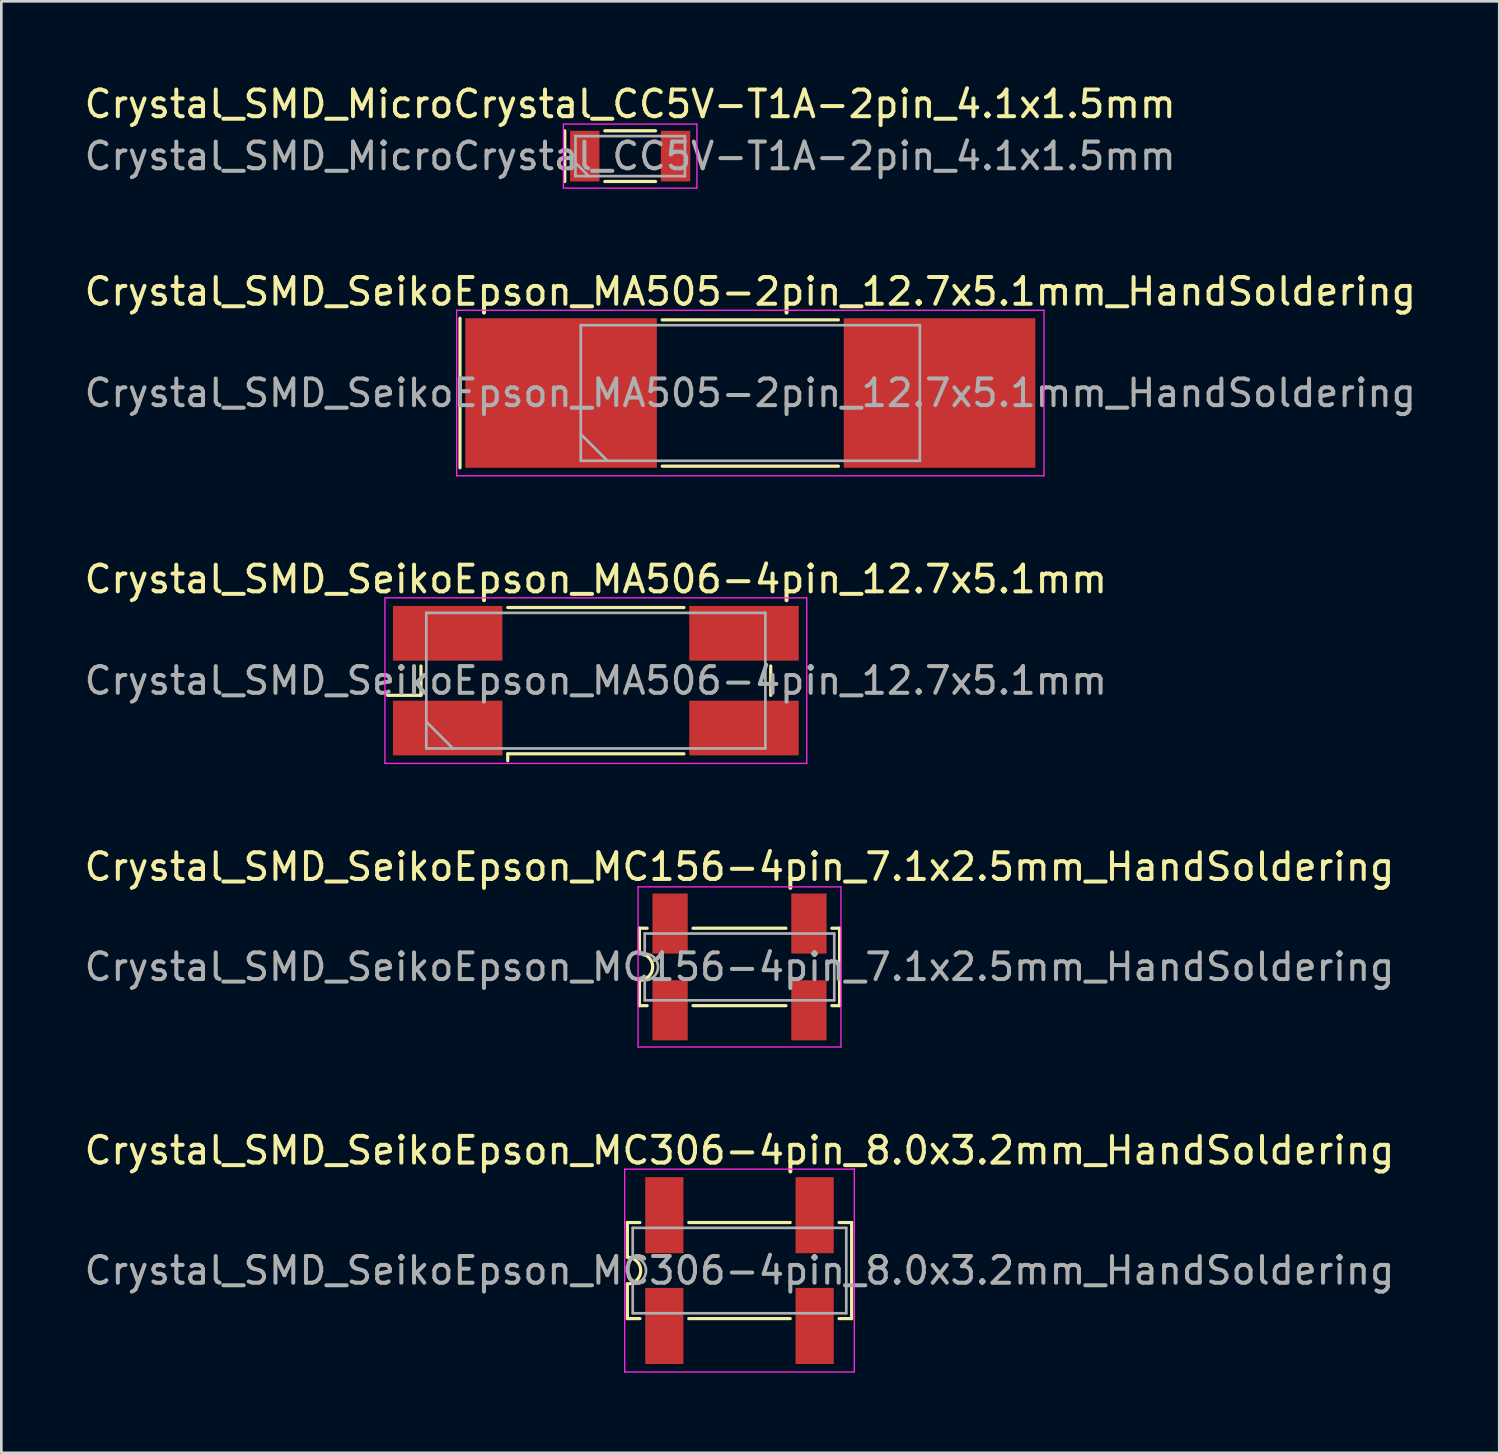
<source format=kicad_pcb>
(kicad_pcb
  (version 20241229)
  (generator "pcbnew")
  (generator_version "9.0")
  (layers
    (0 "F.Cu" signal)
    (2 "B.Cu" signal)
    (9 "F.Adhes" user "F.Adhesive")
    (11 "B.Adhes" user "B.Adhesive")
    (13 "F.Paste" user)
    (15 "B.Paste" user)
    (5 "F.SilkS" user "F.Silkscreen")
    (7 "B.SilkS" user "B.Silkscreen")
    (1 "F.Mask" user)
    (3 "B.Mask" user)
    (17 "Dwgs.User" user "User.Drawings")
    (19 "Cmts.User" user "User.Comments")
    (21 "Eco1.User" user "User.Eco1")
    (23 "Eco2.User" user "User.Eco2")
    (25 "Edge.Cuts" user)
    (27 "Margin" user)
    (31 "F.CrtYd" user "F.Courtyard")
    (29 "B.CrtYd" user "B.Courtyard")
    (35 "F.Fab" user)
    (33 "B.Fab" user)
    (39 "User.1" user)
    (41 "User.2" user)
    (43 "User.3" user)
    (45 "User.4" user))
  (footprint "Crystal_SMD_SeikoEpson_MC306-4pin_8.0x3.2mm_HandSoldering"
    (layer "F.Cu")
    (at 24.649 44.541)
    (property "Reference" "Crystal_SMD_SeikoEpson_MC306-4pin_8.0x3.2mm_HandSoldering" (at 0 -4.5 0) (layer "F.SilkS") (effects (font (size 1 1) (thickness 0.15))))
    (attr smd)
    (fp_line (start -4.2 -1.8) (end -3.73 -1.8) (stroke (width 0.12) (type solid)) (layer "F.SilkS"))
    (fp_line (start -4.2 -0.5) (end -4.2 -1.8) (stroke (width 0.12) (type solid)) (layer "F.SilkS"))
    (fp_line (start -4.2 1.8) (end -4.2 0.5) (stroke (width 0.12) (type solid)) (layer "F.SilkS"))
    (fp_line (start -4.2 1.8) (end -3.73 1.8) (stroke (width 0.12) (type solid)) (layer "F.SilkS"))
    (fp_line (start -1.9 -1.8) (end 1.9 -1.8) (stroke (width 0.12) (type solid)) (layer "F.SilkS"))
    (fp_line (start 1.9 1.8) (end -1.9 1.8) (stroke (width 0.12) (type solid)) (layer "F.SilkS"))
    (fp_line (start 3.73 -1.8) (end 4.2 -1.8) (stroke (width 0.12) (type solid)) (layer "F.SilkS"))
    (fp_line (start 4.2 -1.8) (end 4.2 1.8) (stroke (width 0.12) (type solid)) (layer "F.SilkS"))
    (fp_line (start 4.2 1.8) (end 3.73 1.8) (stroke (width 0.12) (type solid)) (layer "F.SilkS"))
    (fp_arc (start -4.2 -0.5) (mid -3.7 0) (end -4.2 0.5) (stroke (width 0.12) (type solid)) (layer "F.SilkS"))
    (fp_line (start -4.3 -3.8) (end -4.3 3.8) (stroke (width 0.05) (type solid)) (layer "F.CrtYd"))
    (fp_line (start -4.3 3.8) (end 4.3 3.8) (stroke (width 0.05) (type solid)) (layer "F.CrtYd"))
    (fp_line (start 4.3 -3.8) (end -4.3 -3.8) (stroke (width 0.05) (type solid)) (layer "F.CrtYd"))
    (fp_line (start 4.3 3.8) (end 4.3 -3.8) (stroke (width 0.05) (type solid)) (layer "F.CrtYd"))
    (fp_line (start -4 -1.6) (end 4 -1.6) (stroke (width 0.1) (type solid)) (layer "F.Fab"))
    (fp_line (start -4 -0.5) (end -4 -1.6) (stroke (width 0.1) (type solid)) (layer "F.Fab"))
    (fp_line (start -4 1.6) (end -4 0.5) (stroke (width 0.1) (type solid)) (layer "F.Fab"))
    (fp_line (start 4 -1.6) (end 4 1.6) (stroke (width 0.1) (type solid)) (layer "F.Fab"))
    (fp_line (start 4 1.6) (end -4 1.6) (stroke (width 0.1) (type solid)) (layer "F.Fab"))
    (fp_arc (start -4 -0.5) (mid -3.5 0) (end -4 0.5) (stroke (width 0.1) (type solid)) (layer "F.Fab"))
    (fp_text user "${REFERENCE}" (at 0 0 0) (layer "F.Fab") (effects (font (size 1 1) (thickness 0.15))))
    (pad "1" smd rect (at -2.815 2.075) (size 1.43 2.85) (layers "F.Cu" "F.Mask" "F.Paste"))
    (pad "2" smd rect (at 2.815 2.075) (size 1.43 2.85) (layers "F.Cu" "F.Mask" "F.Paste"))
    (pad "3" smd rect (at 2.815 -2.075) (size 1.43 2.85) (layers "F.Cu" "F.Mask" "F.Paste"))
    (pad "4" smd rect (at -2.815 -2.075) (size 1.43 2.85) (layers "F.Cu" "F.Mask" "F.Paste")))
  (footprint "Crystal_SMD_SeikoEpson_MA506-4pin_12.7x5.1mm"
    (layer "F.Cu")
    (at 19.268 22.445)
    (property "Reference" "Crystal_SMD_SeikoEpson_MA506-4pin_12.7x5.1mm" (at 0 -3.8 0) (layer "F.SilkS") (effects (font (size 1 1) (thickness 0.15))))
    (attr smd)
    (fp_line (start -7.8 0.55) (end -6.55 0.55) (stroke (width 0.12) (type solid)) (layer "F.SilkS"))
    (fp_line (start -6.55 0.55) (end -6.55 -0.55) (stroke (width 0.12) (type solid)) (layer "F.SilkS"))
    (fp_line (start -3.3 -2.74) (end 3.3 -2.74) (stroke (width 0.12) (type solid)) (layer "F.SilkS"))
    (fp_line (start -3.3 2.74) (end -3.3 3) (stroke (width 0.12) (type solid)) (layer "F.SilkS"))
    (fp_line (start 3.3 2.74) (end -3.3 2.74) (stroke (width 0.12) (type solid)) (layer "F.SilkS"))
    (fp_line (start 6.55 -0.55) (end 6.55 0.55) (stroke (width 0.12) (type solid)) (layer "F.SilkS"))
    (fp_line (start -7.9 -3.1) (end -7.9 3.1) (stroke (width 0.05) (type solid)) (layer "F.CrtYd"))
    (fp_line (start -7.9 3.1) (end 7.9 3.1) (stroke (width 0.05) (type solid)) (layer "F.CrtYd"))
    (fp_line (start 7.9 -3.1) (end -7.9 -3.1) (stroke (width 0.05) (type solid)) (layer "F.CrtYd"))
    (fp_line (start 7.9 3.1) (end 7.9 -3.1) (stroke (width 0.05) (type solid)) (layer "F.CrtYd"))
    (fp_line (start -6.35 -2.54) (end -6.35 2.54) (stroke (width 0.1) (type solid)) (layer "F.Fab"))
    (fp_line (start -6.35 1.54) (end -5.35 2.54) (stroke (width 0.1) (type solid)) (layer "F.Fab"))
    (fp_line (start -6.35 2.54) (end 6.35 2.54) (stroke (width 0.1) (type solid)) (layer "F.Fab"))
    (fp_line (start 6.35 -2.54) (end -6.35 -2.54) (stroke (width 0.1) (type solid)) (layer "F.Fab"))
    (fp_line (start 6.35 2.54) (end 6.35 -2.54) (stroke (width 0.1) (type solid)) (layer "F.Fab"))
    (fp_text user "${REFERENCE}" (at 0 0 0) (layer "F.Fab") (effects (font (size 1 1) (thickness 0.15))))
    (pad "1" smd rect (at -5.55 1.775) (size 4.1 2.05) (layers "F.Cu" "F.Mask" "F.Paste"))
    (pad "2" smd rect (at 5.55 1.775) (size 4.1 2.05) (layers "F.Cu" "F.Mask" "F.Paste"))
    (pad "3" smd rect (at 5.55 -1.775) (size 4.1 2.05) (layers "F.Cu" "F.Mask" "F.Paste"))
    (pad "4" smd rect (at -5.55 -1.775) (size 4.1 2.05) (layers "F.Cu" "F.Mask" "F.Paste")))
  (footprint "Crystal_SMD_SeikoEpson_MC156-4pin_7.1x2.5mm_HandSoldering"
    (layer "F.Cu")
    (at 24.649 33.168)
    (property "Reference" "Crystal_SMD_SeikoEpson_MC156-4pin_7.1x2.5mm_HandSoldering" (at 0 -3.75 0) (layer "F.SilkS") (effects (font (size 1 1) (thickness 0.15))))
    (attr smd)
    (fp_line (start -3.75 -1.45) (end -3.46 -1.45) (stroke (width 0.12) (type solid)) (layer "F.SilkS"))
    (fp_line (start -3.75 -0.5) (end -3.75 -1.45) (stroke (width 0.12) (type solid)) (layer "F.SilkS"))
    (fp_line (start -3.75 1.45) (end -3.75 0.5) (stroke (width 0.12) (type solid)) (layer "F.SilkS"))
    (fp_line (start -3.75 1.45) (end -3.46 1.45) (stroke (width 0.12) (type solid)) (layer "F.SilkS"))
    (fp_line (start -1.74 -1.45) (end 1.74 -1.45) (stroke (width 0.12) (type solid)) (layer "F.SilkS"))
    (fp_line (start 1.74 1.45) (end -1.74 1.45) (stroke (width 0.12) (type solid)) (layer "F.SilkS"))
    (fp_line (start 3.46 -1.45) (end 3.75 -1.45) (stroke (width 0.12) (type solid)) (layer "F.SilkS"))
    (fp_line (start 3.75 -1.45) (end 3.75 1.45) (stroke (width 0.12) (type solid)) (layer "F.SilkS"))
    (fp_line (start 3.75 1.45) (end 3.46 1.45) (stroke (width 0.12) (type solid)) (layer "F.SilkS"))
    (fp_arc (start -3.75 -0.5) (mid -3.25 0) (end -3.75 0.5) (stroke (width 0.12) (type solid)) (layer "F.SilkS"))
    (fp_line (start -3.8 -3) (end -3.8 3) (stroke (width 0.05) (type solid)) (layer "F.CrtYd"))
    (fp_line (start -3.8 3) (end 3.8 3) (stroke (width 0.05) (type solid)) (layer "F.CrtYd"))
    (fp_line (start 3.8 -3) (end -3.8 -3) (stroke (width 0.05) (type solid)) (layer "F.CrtYd"))
    (fp_line (start 3.8 3) (end 3.8 -3) (stroke (width 0.05) (type solid)) (layer "F.CrtYd"))
    (fp_line (start -3.55 -1.25) (end 3.55 -1.25) (stroke (width 0.1) (type solid)) (layer "F.Fab"))
    (fp_line (start -3.55 -0.5) (end -3.55 -1.25) (stroke (width 0.1) (type solid)) (layer "F.Fab"))
    (fp_line (start -3.55 1.25) (end -3.55 0.5) (stroke (width 0.1) (type solid)) (layer "F.Fab"))
    (fp_line (start 3.55 -1.25) (end 3.55 1.25) (stroke (width 0.1) (type solid)) (layer "F.Fab"))
    (fp_line (start 3.55 1.25) (end -3.55 1.25) (stroke (width 0.1) (type solid)) (layer "F.Fab"))
    (fp_arc (start -3.55 -0.5) (mid -3.05 0) (end -3.55 0.5) (stroke (width 0.1) (type solid)) (layer "F.Fab"))
    (fp_text user "${REFERENCE}" (at 0 0 0) (layer "F.Fab") (effects (font (size 1 1) (thickness 0.15))))
    (pad "1" smd rect (at -2.6 1.625) (size 1.32 2.25) (layers "F.Cu" "F.Mask" "F.Paste"))
    (pad "2" smd rect (at 2.6 1.625) (size 1.32 2.25) (layers "F.Cu" "F.Mask" "F.Paste"))
    (pad "3" smd rect (at 2.6 -1.625) (size 1.32 2.25) (layers "F.Cu" "F.Mask" "F.Paste"))
    (pad "4" smd rect (at -2.6 -1.625) (size 1.32 2.25) (layers "F.Cu" "F.Mask" "F.Paste")))
  (footprint "Crystal_SMD_MicroCrystal_CC5V-T1A-2pin_4.1x1.5mm"
    (layer "F.Cu")
    (at 20.554 2.798)
    (property "Reference" "Crystal_SMD_MicroCrystal_CC5V-T1A-2pin_4.1x1.5mm" (at 0 -1.95 0) (layer "F.SilkS") (effects (font (size 1 1) (thickness 0.15))))
    (attr smd)
    (fp_line (start -2.45 -0.95) (end -2.45 0.95) (stroke (width 0.12) (type solid)) (layer "F.SilkS"))
    (fp_line (start -0.95 -0.95) (end 0.95 -0.95) (stroke (width 0.12) (type solid)) (layer "F.SilkS"))
    (fp_line (start -0.95 0.95) (end 0.95 0.95) (stroke (width 0.12) (type solid)) (layer "F.SilkS"))
    (fp_line (start -2.5 -1.2) (end -2.5 1.2) (stroke (width 0.05) (type solid)) (layer "F.CrtYd"))
    (fp_line (start -2.5 1.2) (end 2.5 1.2) (stroke (width 0.05) (type solid)) (layer "F.CrtYd"))
    (fp_line (start 2.5 -1.2) (end -2.5 -1.2) (stroke (width 0.05) (type solid)) (layer "F.CrtYd"))
    (fp_line (start 2.5 1.2) (end 2.5 -1.2) (stroke (width 0.05) (type solid)) (layer "F.CrtYd"))
    (fp_line (start -2.05 -0.75) (end -2.05 0.75) (stroke (width 0.1) (type solid)) (layer "F.Fab"))
    (fp_line (start -2.05 0.25) (end -1.55 0.75) (stroke (width 0.1) (type solid)) (layer "F.Fab"))
    (fp_line (start -2.05 0.75) (end 2.05 0.75) (stroke (width 0.1) (type solid)) (layer "F.Fab"))
    (fp_line (start 2.05 -0.75) (end -2.05 -0.75) (stroke (width 0.1) (type solid)) (layer "F.Fab"))
    (fp_line (start 2.05 0.75) (end 2.05 -0.75) (stroke (width 0.1) (type solid)) (layer "F.Fab"))
    (fp_text user "${REFERENCE}" (at 0 0 0) (layer "F.Fab") (effects (font (size 1 1) (thickness 0.15))))
    (pad "1" smd rect (at -1.7 0) (size 1.1 1.9) (layers "F.Cu" "F.Mask" "F.Paste"))
    (pad "2" smd rect (at 1.7 0) (size 1.1 1.9) (layers "F.Cu" "F.Mask" "F.Paste")))
  (footprint "Crystal_SMD_SeikoEpson_MA505-2pin_12.7x5.1mm_HandSoldering"
    (layer "F.Cu")
    (at 25.054 11.671)
    (property "Reference" "Crystal_SMD_SeikoEpson_MA505-2pin_12.7x5.1mm_HandSoldering" (at 0 -3.8 0) (layer "F.SilkS") (effects (font (size 1 1) (thickness 0.15))))
    (attr smd)
    (fp_line (start -10.875 -2.8) (end -10.875 2.8) (stroke (width 0.12) (type solid)) (layer "F.SilkS"))
    (fp_line (start -3.3 -2.74) (end 3.3 -2.74) (stroke (width 0.12) (type solid)) (layer "F.SilkS"))
    (fp_line (start -3.3 2.74) (end 3.3 2.74) (stroke (width 0.12) (type solid)) (layer "F.SilkS"))
    (fp_line (start -11 -3.1) (end -11 3.1) (stroke (width 0.05) (type solid)) (layer "F.CrtYd"))
    (fp_line (start -11 3.1) (end 11 3.1) (stroke (width 0.05) (type solid)) (layer "F.CrtYd"))
    (fp_line (start 11 -3.1) (end -11 -3.1) (stroke (width 0.05) (type solid)) (layer "F.CrtYd"))
    (fp_line (start 11 3.1) (end 11 -3.1) (stroke (width 0.05) (type solid)) (layer "F.CrtYd"))
    (fp_line (start -6.35 -2.54) (end -6.35 2.54) (stroke (width 0.1) (type solid)) (layer "F.Fab"))
    (fp_line (start -6.35 1.54) (end -5.35 2.54) (stroke (width 0.1) (type solid)) (layer "F.Fab"))
    (fp_line (start -6.35 2.54) (end 6.35 2.54) (stroke (width 0.1) (type solid)) (layer "F.Fab"))
    (fp_line (start 6.35 -2.54) (end -6.35 -2.54) (stroke (width 0.1) (type solid)) (layer "F.Fab"))
    (fp_line (start 6.35 2.54) (end 6.35 -2.54) (stroke (width 0.1) (type solid)) (layer "F.Fab"))
    (fp_text user "${REFERENCE}" (at 0 0 0) (layer "F.Fab") (effects (font (size 1 1) (thickness 0.15))))
    (pad "1" smd rect (at -7.088 0) (size 7.175 5.6) (layers "F.Cu" "F.Mask" "F.Paste"))
    (pad "2" smd rect (at 7.088 0) (size 7.175 5.6) (layers "F.Cu" "F.Mask" "F.Paste")))
  (gr_rect
    (start -3 -3)
    (end 53.107 51.366)
    (stroke (width 0.1) (type default))
    (fill no)
    (layer "Edge.Cuts")))
</source>
